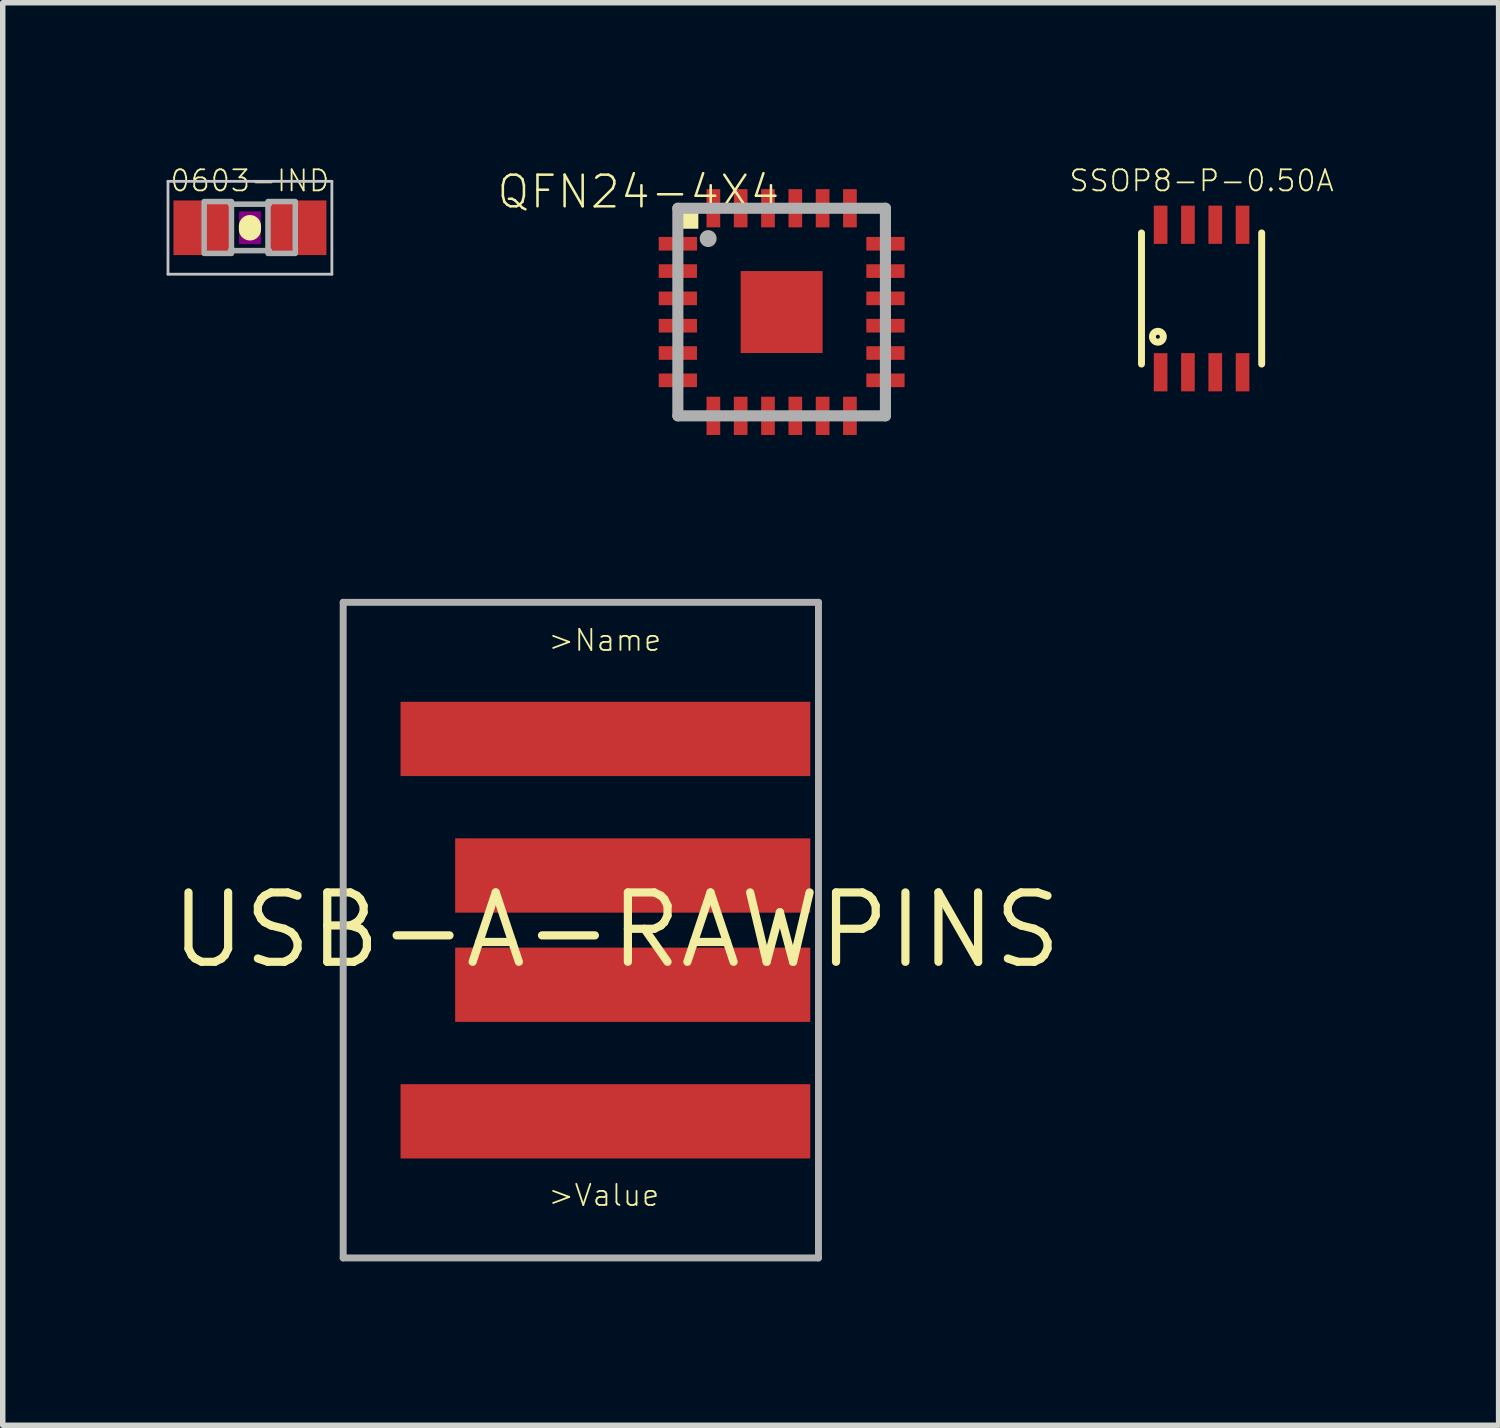
<source format=kicad_pcb>
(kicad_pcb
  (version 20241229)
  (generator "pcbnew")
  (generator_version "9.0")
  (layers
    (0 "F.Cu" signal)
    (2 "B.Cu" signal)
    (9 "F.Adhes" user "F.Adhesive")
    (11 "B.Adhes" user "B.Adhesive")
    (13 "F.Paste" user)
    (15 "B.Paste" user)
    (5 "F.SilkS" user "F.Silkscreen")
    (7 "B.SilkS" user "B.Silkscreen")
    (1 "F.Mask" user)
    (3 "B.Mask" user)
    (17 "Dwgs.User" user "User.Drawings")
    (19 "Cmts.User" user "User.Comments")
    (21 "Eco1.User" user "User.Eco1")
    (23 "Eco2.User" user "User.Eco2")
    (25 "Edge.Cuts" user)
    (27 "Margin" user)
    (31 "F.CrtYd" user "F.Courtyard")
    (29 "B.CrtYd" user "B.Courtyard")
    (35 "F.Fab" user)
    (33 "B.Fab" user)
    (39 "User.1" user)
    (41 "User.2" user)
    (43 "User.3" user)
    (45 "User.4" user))
  (footprint "SSOP8-P-0.50A"
    (layer "F.Cu")
    (at 18.945 2.414)
    (property "Reference" "SSOP8-P-0.50A" (at 0 -1.93 0) (layer "F.SilkS") (effects (font (size 0.386 0.386) (thickness 0.033)) (justify bottom)))
    (attr through_hole)
    (fp_line (start -1.1 -1.2) (end -1.1 1.2) (stroke (width 0.127) (type solid)) (layer "F.SilkS"))
    (fp_line (start 1.1 -1.2) (end 1.1 1.2) (stroke (width 0.127) (type solid)) (layer "F.SilkS"))
    (fp_circle (center -0.8 0.7) (end -0.7 0.7) (stroke (width 0.127) (type solid)) (fill no) (layer "F.SilkS"))
    (pad "1" smd rect (at -0.75 1.35 90) (size 0.7 0.25) (layers "F.Cu" "F.Mask" "F.Paste"))
    (pad "2" smd rect (at -0.25 1.35 90) (size 0.7 0.25) (layers "F.Cu" "F.Mask" "F.Paste"))
    (pad "3" smd rect (at 0.25 1.35 90) (size 0.7 0.25) (layers "F.Cu" "F.Mask" "F.Paste"))
    (pad "4" smd rect (at 0.75 1.35 90) (size 0.7 0.25) (layers "F.Cu" "F.Mask" "F.Paste"))
    (pad "5" smd rect (at 0.75 -1.35 270) (size 0.7 0.25) (layers "F.Cu" "F.Mask" "F.Paste"))
    (pad "6" smd rect (at 0.25 -1.35 270) (size 0.7 0.25) (layers "F.Cu" "F.Mask" "F.Paste"))
    (pad "7" smd rect (at -0.25 -1.35 270) (size 0.7 0.25) (layers "F.Cu" "F.Mask" "F.Paste"))
    (pad "8" smd rect (at -0.75 -1.35 270) (size 0.7 0.25) (layers "F.Cu" "F.Mask" "F.Paste")))
  (footprint "QFN24-4X4"
    (layer "F.Cu")
    (at 11.258 2.662)
    (property "Reference" "QFN24-4X4" (at 0 -2.54 180) (layer "F.SilkS") (effects (font (size 0.579 0.579) (thickness 0.046)) (justify right top)))
    (attr through_hole)
    (fp_poly (pts (xy -1.3 1.3) (xy 1.3 1.3) (xy 1.3 -1.3) (xy -1.3 -1.3)) (stroke (width 0) (type solid)) (fill yes) (layer "F.Mask"))
    (fp_poly (pts (xy -1.95 -1.525) (xy -1.525 -1.525) (xy -1.525 -1.975) (xy -1.95 -1.975)) (stroke (width 0) (type solid)) (fill yes) (layer "F.SilkS"))
    (fp_poly (pts (xy -0.6 -0.2) (xy -0.2 -0.2) (xy -0.2 -0.6) (xy -0.6 -0.6)) (stroke (width 0) (type solid)) (fill yes) (layer "F.Paste"))
    (fp_poly (pts (xy -0.6 0.6) (xy -0.2 0.6) (xy -0.2 0.2) (xy -0.6 0.2)) (stroke (width 0) (type solid)) (fill yes) (layer "F.Paste"))
    (fp_poly (pts (xy 0.2 -0.2) (xy 0.6 -0.2) (xy 0.6 -0.6) (xy 0.2 -0.6)) (stroke (width 0) (type solid)) (fill yes) (layer "F.Paste"))
    (fp_poly (pts (xy 0.2 0.6) (xy 0.6 0.6) (xy 0.6 0.2) (xy 0.2 0.2)) (stroke (width 0) (type solid)) (fill yes) (layer "F.Paste"))
    (fp_line (start -1.9 -1.9) (end -1.9 1.9) (stroke (width 0.203) (type solid)) (layer "F.Fab"))
    (fp_line (start -1.9 1.9) (end 1.9 1.9) (stroke (width 0.203) (type solid)) (layer "F.Fab"))
    (fp_line (start 1.9 -1.9) (end -1.9 -1.9) (stroke (width 0.203) (type solid)) (layer "F.Fab"))
    (fp_line (start 1.9 1.9) (end 1.9 -1.9) (stroke (width 0.203) (type solid)) (layer "F.Fab"))
    (fp_circle (center -1.345 -1.345) (end -1.19 -1.345) (stroke (width 0) (type solid)) (fill yes) (layer "F.Fab"))
    (pad "1" smd rect (at -1.9 -1.25) (size 0.7 0.25) (layers "F.Cu" "F.Mask" "F.Paste"))
    (pad "2" smd rect (at -1.9 -0.75) (size 0.7 0.25) (layers "F.Cu" "F.Mask" "F.Paste"))
    (pad "3" smd rect (at -1.9 -0.25) (size 0.7 0.25) (layers "F.Cu" "F.Mask" "F.Paste"))
    (pad "4" smd rect (at -1.9 0.25) (size 0.7 0.25) (layers "F.Cu" "F.Mask" "F.Paste"))
    (pad "5" smd rect (at -1.9 0.75) (size 0.7 0.25) (layers "F.Cu" "F.Mask" "F.Paste"))
    (pad "6" smd rect (at -1.9 1.25) (size 0.7 0.25) (layers "F.Cu" "F.Mask" "F.Paste"))
    (pad "7" smd rect (at -1.25 1.9 90) (size 0.7 0.25) (layers "F.Cu" "F.Mask" "F.Paste"))
    (pad "8" smd rect (at -0.75 1.9 90) (size 0.7 0.25) (layers "F.Cu" "F.Mask" "F.Paste"))
    (pad "9" smd rect (at -0.25 1.9 90) (size 0.7 0.25) (layers "F.Cu" "F.Mask" "F.Paste"))
    (pad "10" smd rect (at 0.25 1.9 90) (size 0.7 0.25) (layers "F.Cu" "F.Mask" "F.Paste"))
    (pad "11" smd rect (at 0.75 1.9 90) (size 0.7 0.25) (layers "F.Cu" "F.Mask" "F.Paste"))
    (pad "12" smd rect (at 1.25 1.9 90) (size 0.7 0.25) (layers "F.Cu" "F.Mask" "F.Paste"))
    (pad "13" smd rect (at 1.9 1.25 180) (size 0.7 0.25) (layers "F.Cu" "F.Mask" "F.Paste"))
    (pad "14" smd rect (at 1.9 0.75 180) (size 0.7 0.25) (layers "F.Cu" "F.Mask" "F.Paste"))
    (pad "15" smd rect (at 1.9 0.25 180) (size 0.7 0.25) (layers "F.Cu" "F.Mask" "F.Paste"))
    (pad "16" smd rect (at 1.9 -0.25 180) (size 0.7 0.25) (layers "F.Cu" "F.Mask" "F.Paste"))
    (pad "17" smd rect (at 1.9 -0.75 180) (size 0.7 0.25) (layers "F.Cu" "F.Mask" "F.Paste"))
    (pad "18" smd rect (at 1.9 -1.25 180) (size 0.7 0.25) (layers "F.Cu" "F.Mask" "F.Paste"))
    (pad "19" smd rect (at 1.25 -1.9 270) (size 0.7 0.25) (layers "F.Cu" "F.Mask" "F.Paste"))
    (pad "20" smd rect (at 0.75 -1.9 270) (size 0.7 0.25) (layers "F.Cu" "F.Mask" "F.Paste"))
    (pad "21" smd rect (at 0.25 -1.9 270) (size 0.7 0.25) (layers "F.Cu" "F.Mask" "F.Paste"))
    (pad "22" smd rect (at -0.25 -1.9 270) (size 0.7 0.25) (layers "F.Cu" "F.Mask" "F.Paste"))
    (pad "23" smd rect (at -0.75 -1.9 270) (size 0.7 0.25) (layers "F.Cu" "F.Mask" "F.Paste"))
    (pad "24" smd rect (at -1.25 -1.9 270) (size 0.7 0.25) (layers "F.Cu" "F.Mask" "F.Paste"))
    (pad "EXP" smd rect (at 0 0) (size 1.5 1.5) (layers "F.Cu" "F.Mask" "F.Paste")))
  (footprint "USB-A-RAWPINS"
    (layer "F.Cu")
    (at 8.232 13.976)
    (property "Reference" "USB-A-RAWPINS" (at 0 0 0) (layer "F.SilkS") (effects (font (size 1.27 1.27) (thickness 0.15))))
    (attr through_hole)
    (fp_line (start -5 -6) (end 3.7 -6) (stroke (width 0.127) (type solid)) (layer "F.Fab"))
    (fp_line (start -5 6) (end -5 -6) (stroke (width 0.127) (type solid)) (layer "F.Fab"))
    (fp_line (start 3.7 -6) (end 3.7 6) (stroke (width 0.127) (type solid)) (layer "F.Fab"))
    (fp_line (start 3.7 6) (end -5 6) (stroke (width 0.127) (type solid)) (layer "F.Fab"))
    (fp_text user ">Name" (at -1.27 -5.08 0) (layer "F.SilkS") (effects (font (size 0.386 0.386) (thickness 0.033)) (justify left bottom)))
    (fp_text user ">Value" (at -1.27 5.08 0) (layer "F.SilkS") (effects (font (size 0.386 0.386) (thickness 0.033)) (justify left bottom)))
    (pad "5V" smd rect (at -0.2 3.5) (size 7.5 1.36) (layers "F.Cu" "F.Mask" "F.Paste"))
    (pad "GND" smd rect (at -0.2 -3.5) (size 7.5 1.36) (layers "F.Cu" "F.Mask" "F.Paste"))
    (pad "USB_M" smd rect (at 0.3 1) (size 6.5 1.36) (layers "F.Cu" "F.Mask" "F.Paste"))
    (pad "USB_P" smd rect (at 0.3 -1) (size 6.5 1.36) (layers "F.Cu" "F.Mask" "F.Paste")))
  (footprint "0603-IND"
    (layer "F.Cu")
    (at 1.525 1.119)
    (property "Reference" "0603-IND" (at 0 -0.635 0) (layer "F.SilkS") (effects (font (size 0.386 0.386) (thickness 0.033)) (justify bottom)))
    (attr through_hole)
    (fp_line (start 0 -0.03) (end 0 0.03) (stroke (width 0.406) (type solid)) (layer "F.SilkS"))
    (fp_poly (pts (xy -0.2 0.3) (xy 0.2 0.3) (xy 0.2 -0.3) (xy -0.2 -0.3)) (stroke (width 0) (type solid)) (fill yes) (layer "F.Adhes"))
    (fp_line (start -1.5 -0.85) (end 1.5 -0.85) (stroke (width 0.051) (type solid)) (layer "Dwgs.User"))
    (fp_line (start -1.5 0.85) (end -1.5 -0.85) (stroke (width 0.051) (type solid)) (layer "Dwgs.User"))
    (fp_line (start 1.5 -0.85) (end 1.5 0.85) (stroke (width 0.051) (type solid)) (layer "Dwgs.User"))
    (fp_line (start 1.5 0.85) (end -1.5 0.85) (stroke (width 0.051) (type solid)) (layer "Dwgs.User"))
    (fp_line (start -0.356 -0.432) (end 0.356 -0.432) (stroke (width 0.102) (type solid)) (layer "F.Fab"))
    (fp_line (start -0.356 0.419) (end 0.356 0.419) (stroke (width 0.102) (type solid)) (layer "F.Fab"))
    (fp_poly (pts (xy -0.838 0.47) (xy -0.338 0.47) (xy -0.338 -0.48) (xy -0.838 -0.48)) (stroke (width 0.1) (type solid)) (fill no) (layer "F.Fab"))
    (fp_poly (pts (xy 0.33 0.47) (xy 0.83 0.47) (xy 0.83 -0.48) (xy 0.33 -0.48)) (stroke (width 0.1) (type solid)) (fill no) (layer "F.Fab"))
    (pad "1" smd rect (at -0.85 0) (size 1.1 1) (layers "F.Cu" "F.Mask" "F.Paste"))
    (pad "2" smd rect (at 0.85 0) (size 1.1 1) (layers "F.Cu" "F.Mask" "F.Paste")))
  (gr_rect
    (start -3 -3)
    (end 24.382 23.039)
    (stroke (width 0.1) (type default))
    (fill no)
    (layer "Edge.Cuts")))
</source>
